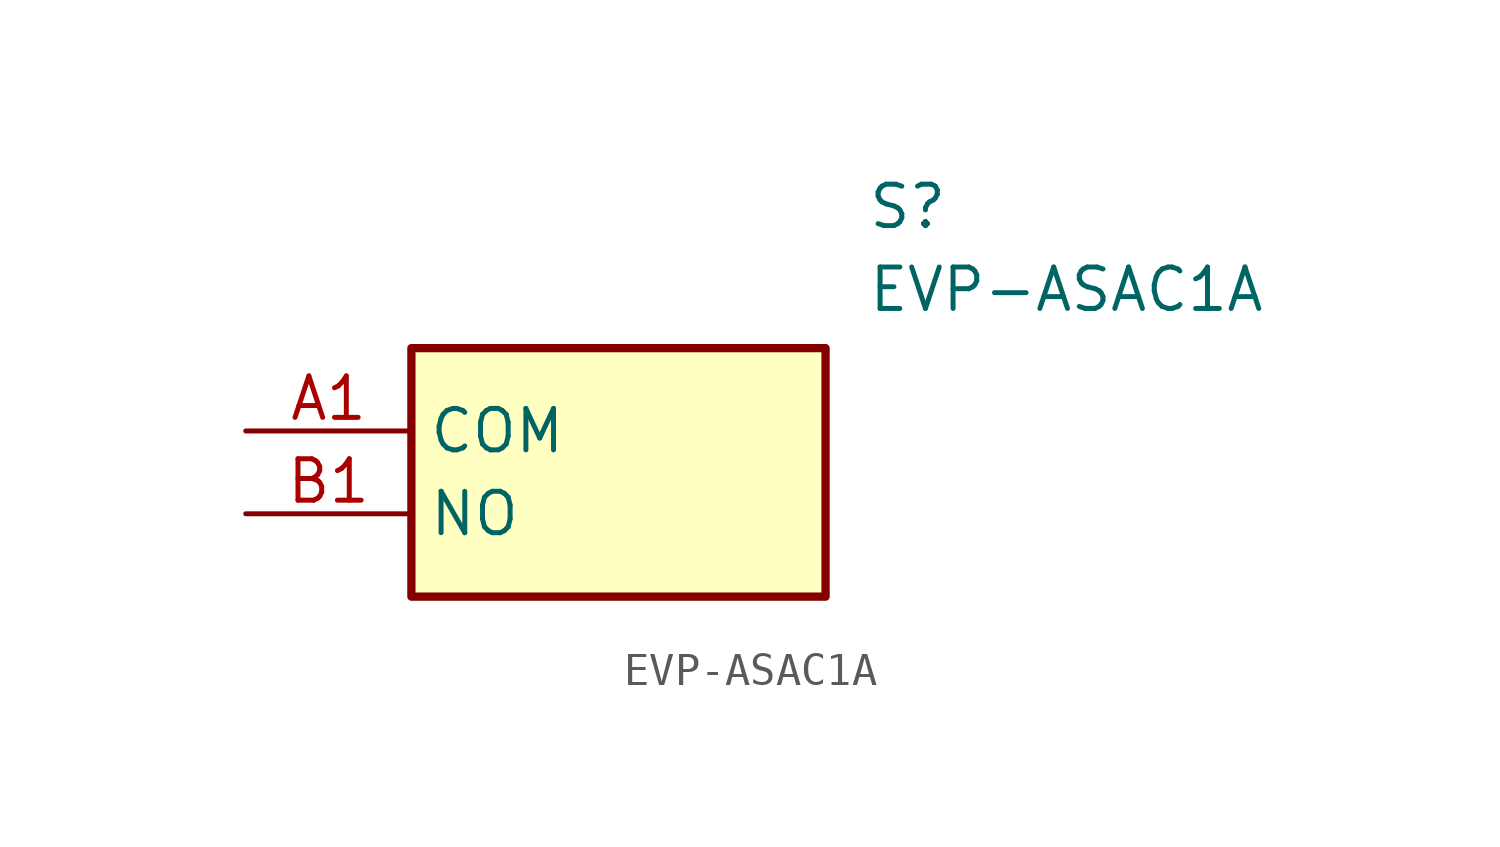
<source format=kicad_sym>
(kicad_symbol_lib
  (version 20211014)
  (generator SamacSys_ECAD_Model)
  (symbol "EVP-ASAC1A"
    (property "Reference" "S"
      (at 19.05 7.62 0)
      (effects (font (size 1.27 1.27)) (justify left top)))
    (property "Value" "EVP-ASAC1A"
      (at 19.05 5.08 0)
      (effects (font (size 1.27 1.27)) (justify left top)))
    (rectangle
      (start 5.08 2.54)
      (end 17.78 -5.08)
      (stroke (width 0.254) (type default))
      (fill (type background)))
    (pin passive line
      (at 0 0 0)
      (length 5.08)
      (name "COM" (effects (font (size 1.27 1.27))))
      (number "A1" (effects (font (size 1.27 1.27)))))
    (pin passive line
      (at 0 -2.54 0)
      (length 5.08)
      (name "NO" (effects (font (size 1.27 1.27))))
      (number "B1" (effects (font (size 1.27 1.27)))))))
</source>
